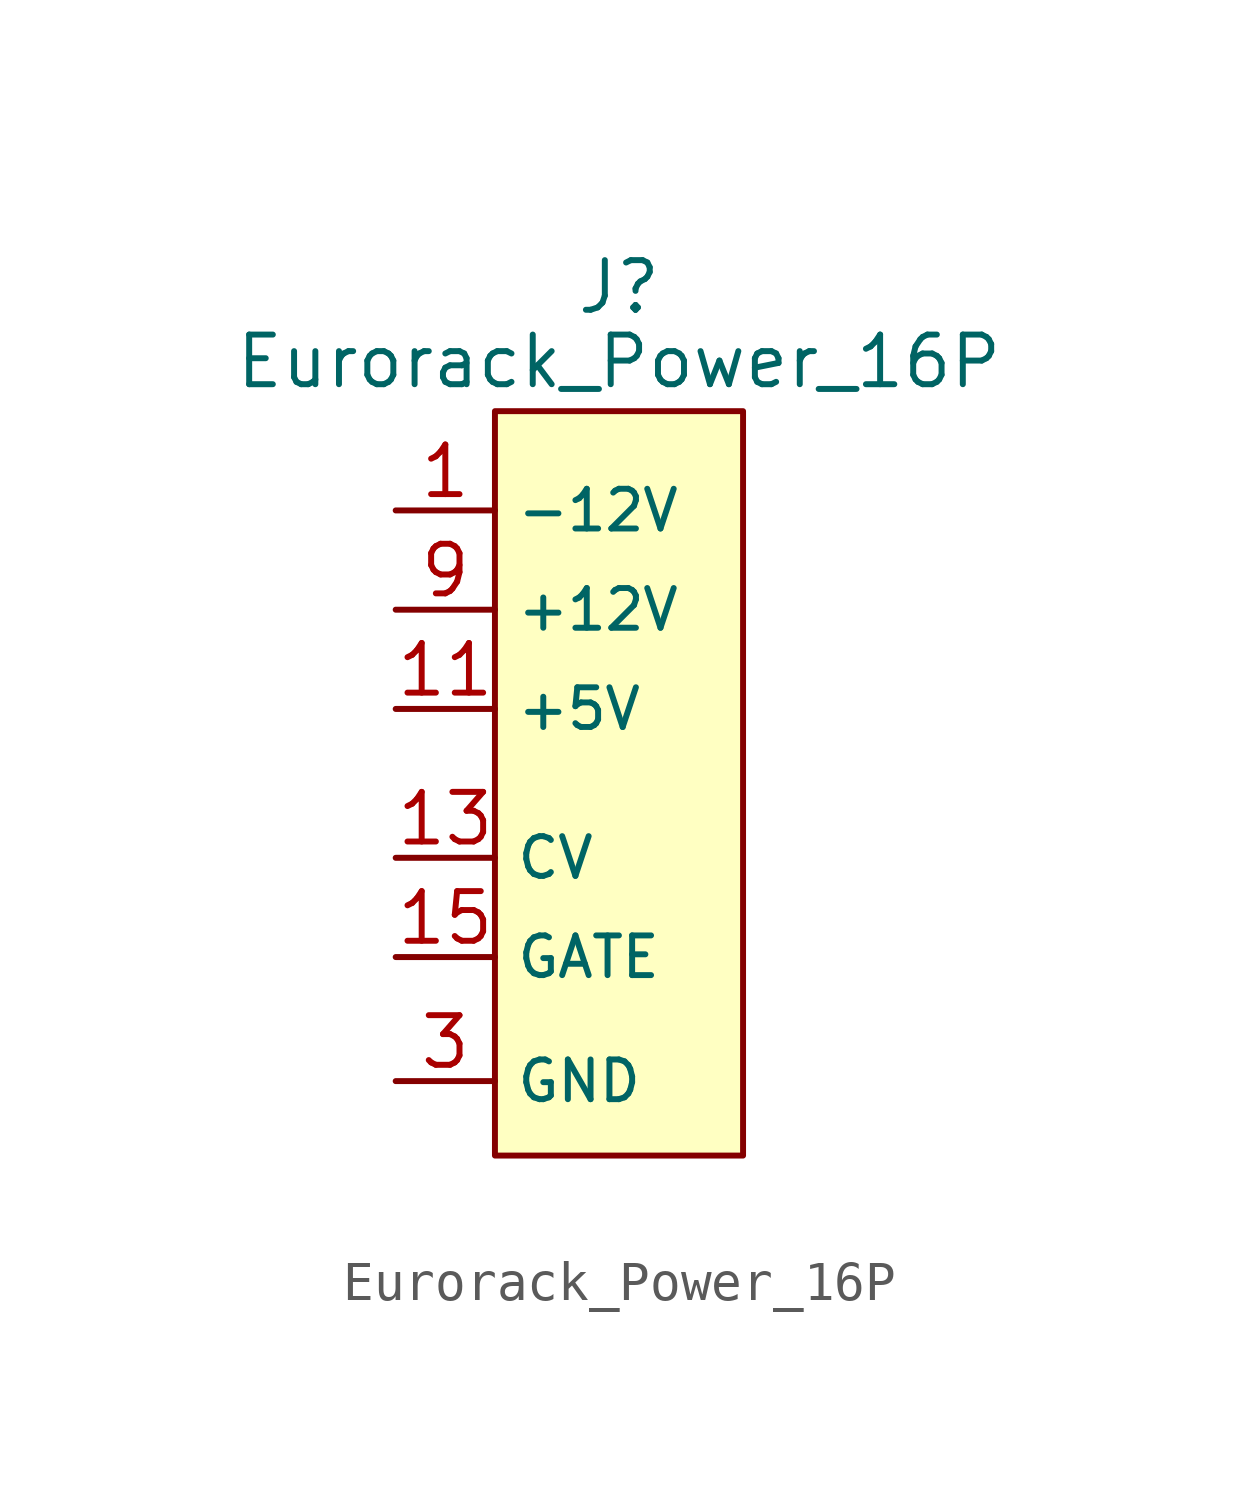
<source format=kicad_sym>
(kicad_symbol_lib
  (version 20201005)
  (generator kicad_symbol_editor)
  (symbol "CustomSymbols:Eurorack_Power_16P"
    (property "Reference" "J"
      (at -1.905 8.255 0)
      (effects (font (size 1.27 1.27))))
    (property "Value" "Eurorack_Power_16P"
      (at -1.905 6.35 0)
      (effects (font (size 1.27 1.27))))
    (symbol "Eurorack_Power_16P_0_0"
      (pin power_in line (at -7.62 2.54 0) (length 2.54) (name "-12V" (effects (font (size 1.016 1.016)))) (number "1" (effects (font (size 1.27 1.27)))))
      (pin power_in line (at -7.62 0 0) (length 2.54) hide (name "+12V" (effects (font (size 1.016 1.016)))) (number "10" (effects (font (size 1.27 1.27)))))
      (pin power_in line (at -7.62 -2.54 0) (length 2.54) (name "+5V" (effects (font (size 1.016 1.016)))) (number "11" (effects (font (size 1.27 1.27)))))
      (pin power_in line (at -7.62 -2.54 0) (length 2.54) hide (name "+5V" (effects (font (size 1.016 1.016)))) (number "12" (effects (font (size 1.27 1.27)))))
      (pin power_in line (at -7.62 -6.35 0) (length 2.54) (name "CV" (effects (font (size 1.016 1.016)))) (number "13" (effects (font (size 1.27 1.27)))))
      (pin power_in line (at -7.62 -6.35 0) (length 2.54) hide (name "CV" (effects (font (size 1.016 1.016)))) (number "14" (effects (font (size 1.27 1.27)))))
      (pin power_in line (at -7.62 -8.89 0) (length 2.54) (name "GATE" (effects (font (size 1.016 1.016)))) (number "15" (effects (font (size 1.27 1.27)))))
      (pin power_in line (at -7.62 -8.89 0) (length 2.54) hide (name "GATE" (effects (font (size 1.016 1.016)))) (number "16" (effects (font (size 1.27 1.27)))))
      (pin power_in line (at -7.62 2.54 0) (length 2.54) hide (name "-12V" (effects (font (size 1.016 1.016)))) (number "2" (effects (font (size 1.27 1.27)))))
      (pin power_in line (at -7.62 -12.065 0) (length 2.54) (name "GND" (effects (font (size 1.016 1.016)))) (number "3" (effects (font (size 1.27 1.27)))))
      (pin power_in line (at -7.62 -12.065 0) (length 2.54) hide (name "GND" (effects (font (size 1.016 1.016)))) (number "4" (effects (font (size 1.27 1.27)))))
      (pin power_in line (at -7.62 -12.065 0) (length 2.54) hide (name "GND" (effects (font (size 1.016 1.016)))) (number "5" (effects (font (size 1.27 1.27)))))
      (pin power_in line (at -7.62 -12.065 0) (length 2.54) hide (name "GND" (effects (font (size 1.016 1.016)))) (number "6" (effects (font (size 1.27 1.27)))))
      (pin power_out line (at -7.62 -12.065 0) (length 2.54) hide (name "GND" (effects (font (size 1.016 1.016)))) (number "7" (effects (font (size 1.27 1.27)))))
      (pin power_in line (at -7.62 -12.065 0) (length 2.54) hide (name "GND" (effects (font (size 1.016 1.016)))) (number "8" (effects (font (size 1.27 1.27)))))
      (pin power_in line (at -7.62 0 0) (length 2.54) (name "+12V" (effects (font (size 1.016 1.016)))) (number "9" (effects (font (size 1.27 1.27))))))
    (symbol "Eurorack_Power_16P_0_1"
      (rectangle (start -5.08 5.08) (end 1.27 -13.97) (stroke (width 0.152)) (fill (type background))))))
</source>
